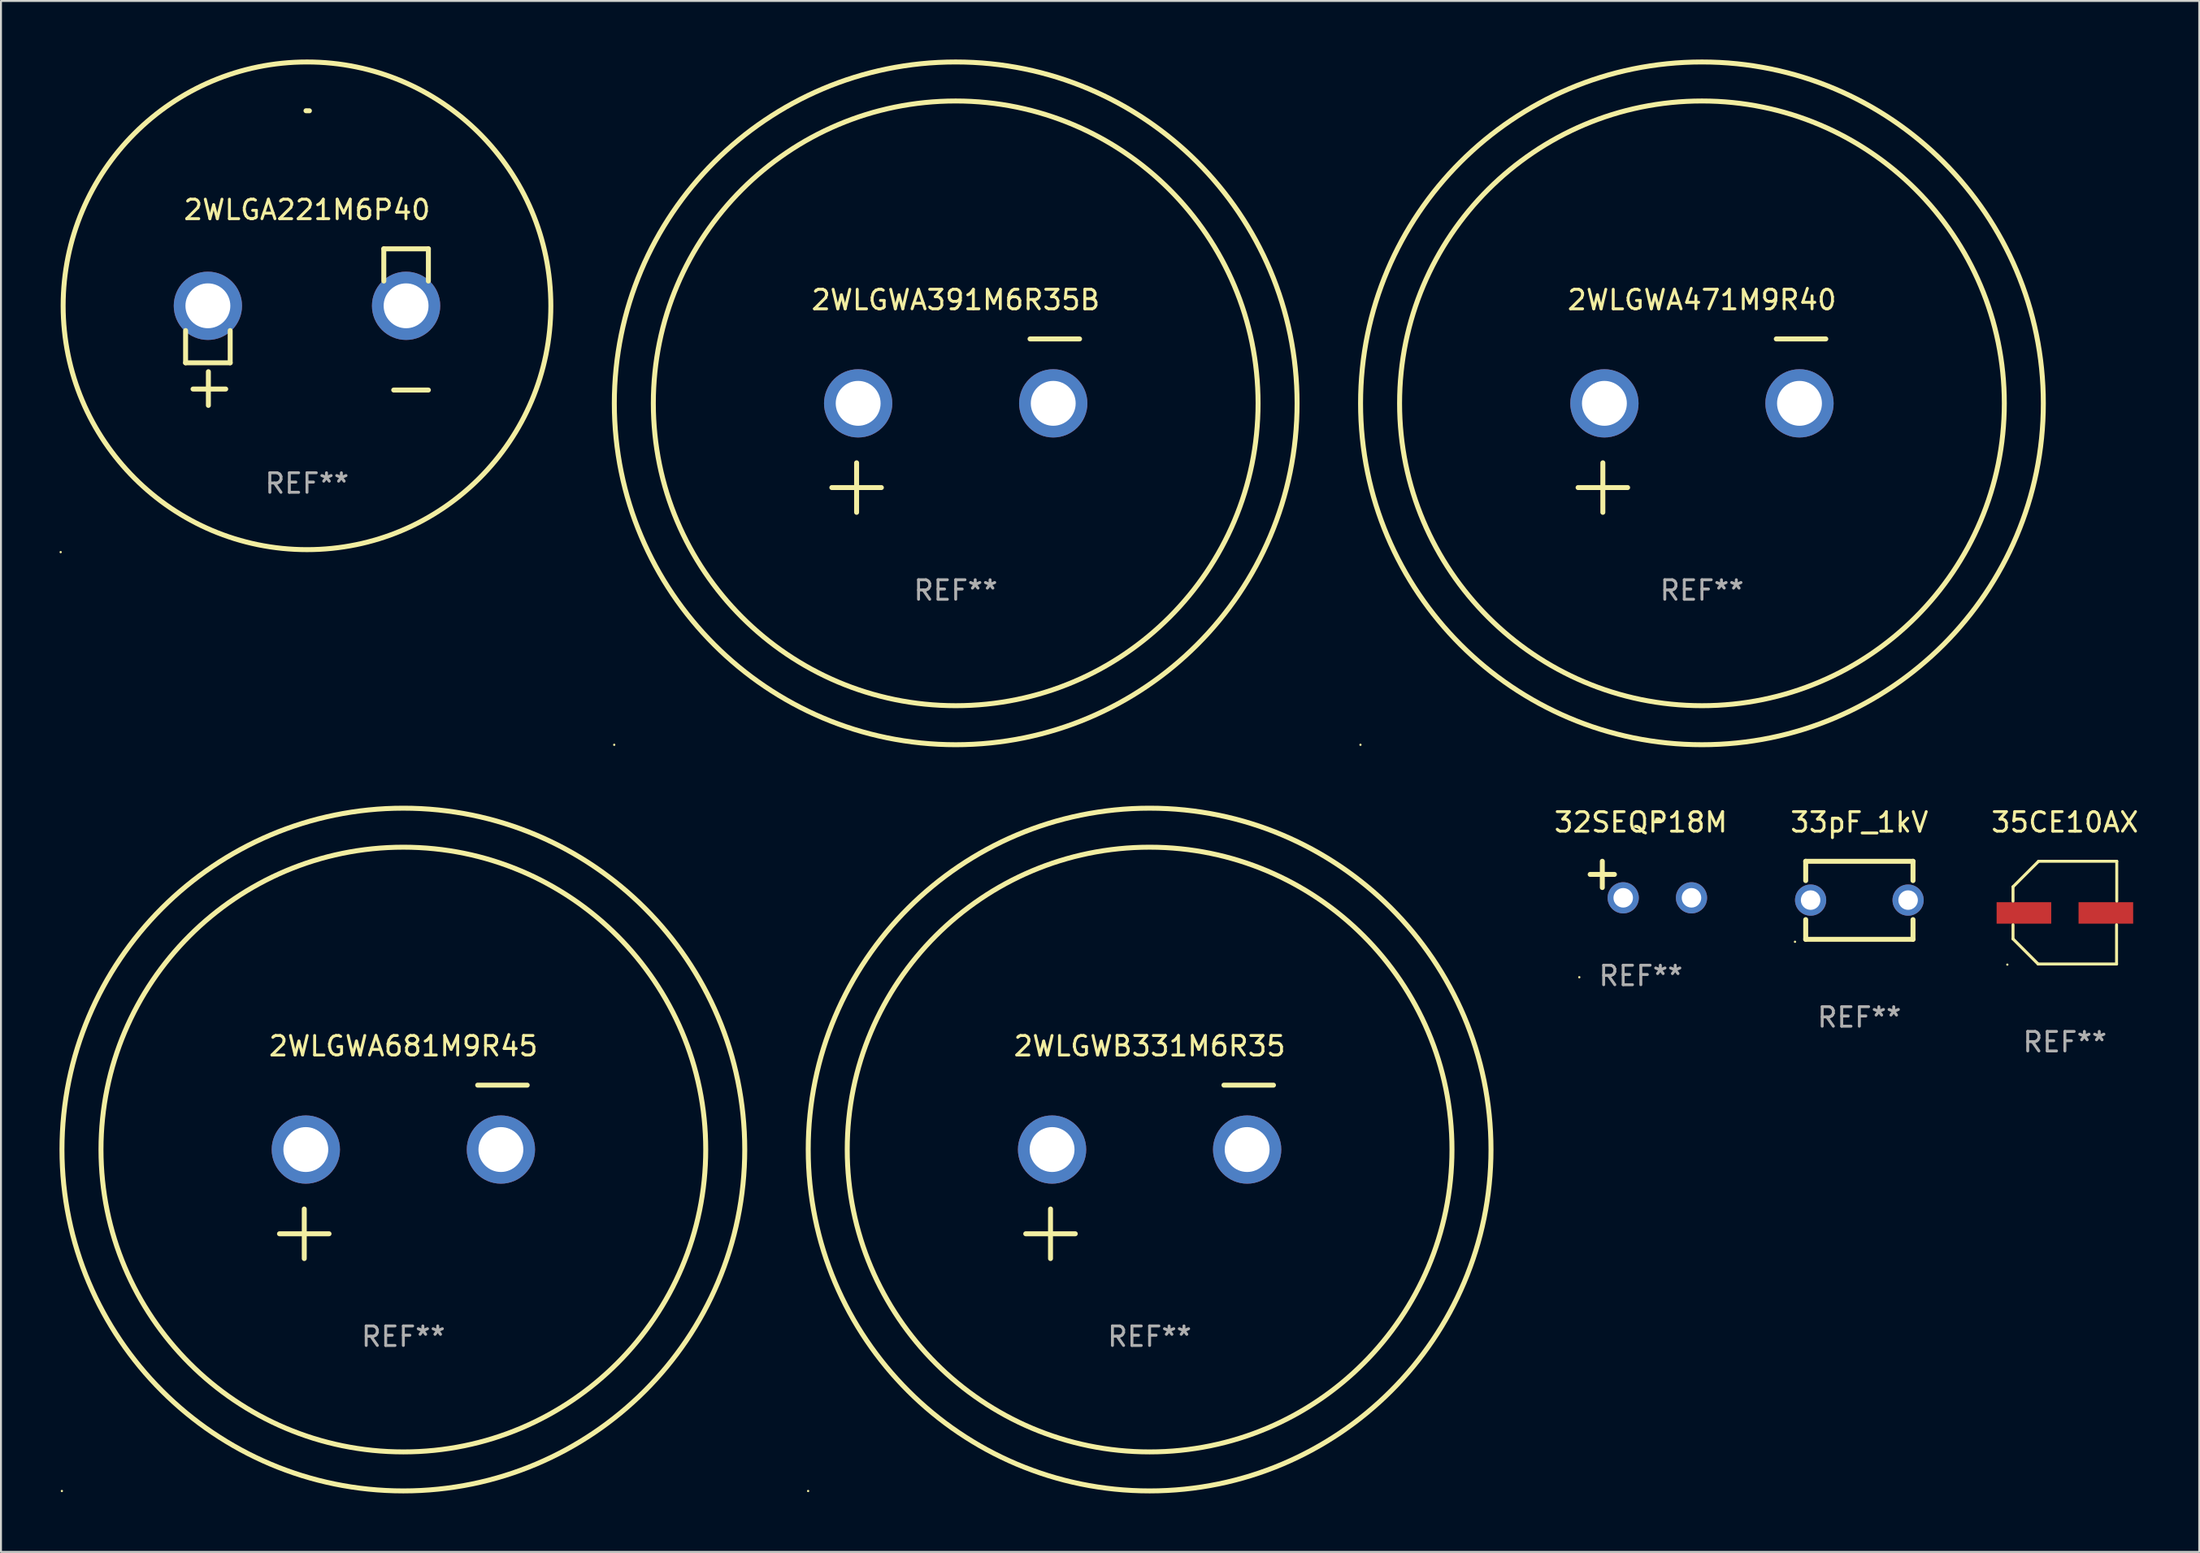
<source format=kicad_pcb>
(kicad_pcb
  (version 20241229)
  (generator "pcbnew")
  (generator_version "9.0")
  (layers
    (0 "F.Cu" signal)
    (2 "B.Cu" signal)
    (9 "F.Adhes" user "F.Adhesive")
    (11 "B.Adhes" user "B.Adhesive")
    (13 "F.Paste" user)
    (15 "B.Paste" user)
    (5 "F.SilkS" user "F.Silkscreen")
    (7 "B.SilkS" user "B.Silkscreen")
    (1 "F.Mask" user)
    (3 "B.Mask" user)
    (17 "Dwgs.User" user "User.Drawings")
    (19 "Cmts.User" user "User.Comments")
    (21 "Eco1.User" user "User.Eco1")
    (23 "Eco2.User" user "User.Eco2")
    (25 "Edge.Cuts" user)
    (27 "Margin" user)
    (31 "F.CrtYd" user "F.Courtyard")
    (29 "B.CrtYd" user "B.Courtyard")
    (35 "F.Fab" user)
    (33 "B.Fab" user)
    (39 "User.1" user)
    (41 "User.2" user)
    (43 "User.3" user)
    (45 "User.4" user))
  (footprint "2WLGA221M6P40"
    (layer "F.Cu")
    (at 12.687 13.719)
    (property "Reference" "2WLGA221M6P40" (at 0 -6.013 0) (layer "F.SilkS") (effects (font (size 1 1) (thickness 0.15))))
    (attr through_hole)
    (fp_line (start -6.223 0.178) (end -6.223 1.829) (stroke (width 0.254) (type solid)) (layer "F.SilkS"))
    (fp_line (start -6.223 1.829) (end -3.937 1.829) (stroke (width 0.254) (type solid)) (layer "F.SilkS"))
    (fp_line (start -5.055 4.013) (end -5.055 2.286) (stroke (width 0.254) (type solid)) (layer "F.SilkS"))
    (fp_line (start -4.166 3.175) (end -5.842 3.175) (stroke (width 0.254) (type solid)) (layer "F.SilkS"))
    (fp_line (start -3.937 1.829) (end -3.937 0.178) (stroke (width 0.254) (type solid)) (layer "F.SilkS"))
    (fp_line (start 3.937 -4.013) (end 3.937 -2.362) (stroke (width 0.254) (type solid)) (layer "F.SilkS"))
    (fp_line (start 6.223 -4.013) (end 3.937 -4.013) (stroke (width 0.254) (type solid)) (layer "F.SilkS"))
    (fp_line (start 6.223 -2.362) (end 6.223 -4.013) (stroke (width 0.254) (type solid)) (layer "F.SilkS"))
    (fp_line (start 6.223 3.226) (end 4.445 3.226) (stroke (width 0.254) (type solid)) (layer "F.SilkS"))
    (fp_arc (start -0.0508 -11.092202) (mid 0.036835 -11.091307) (end 0.12446 -11.089662) (stroke (width 0.254001) (type solid)) (layer "F.SilkS"))
    (fp_circle (center -12.627 11.535) (end -12.597 11.535) (stroke (width 0.06) (type solid)) (fill no) (layer "F.SilkS"))
    (fp_circle (center 0 -1.092) (end 12.5 -1.092) (stroke (width 0.254) (type solid)) (fill no) (layer "F.SilkS"))
    (fp_text user "REF**" (at 0 8.013 0) (layer "F.Fab") (effects (font (size 1 1) (thickness 0.15))))
    (pad "1" thru_hole circle (at -5.08 -1.092) (size 3.5 3.5) (drill 2.3) (layers "*.Cu" "*.Mask"))
    (pad "2" thru_hole circle (at 5.08 -1.092) (size 3.5 3.5) (drill 2.3) (layers "*.Cu" "*.Mask")))
  (footprint "2WLGWA391M6R35B"
    (layer "F.Cu")
    (at 45.941 18.77)
    (property "Reference" "2WLGWA391M6R35B" (at 0 -6.445 0) (layer "F.SilkS") (effects (font (size 1 1) (thickness 0.15))))
    (attr through_hole)
    (fp_line (start -6.35 3.175) (end -3.81 3.175) (stroke (width 0.254) (type solid)) (layer "F.SilkS"))
    (fp_line (start -5.08 1.905) (end -5.08 4.445) (stroke (width 0.254) (type solid)) (layer "F.SilkS"))
    (fp_line (start 3.81 -4.445) (end 6.35 -4.445) (stroke (width 0.254) (type solid)) (layer "F.SilkS"))
    (fp_circle (center -17.505 16.362) (end -17.475 16.362) (stroke (width 0.06) (type solid)) (fill no) (layer "F.SilkS"))
    (fp_circle (center 0 -1.143) (end 15.5 -1.143) (stroke (width 0.254) (type solid)) (fill no) (layer "F.SilkS"))
    (fp_circle (center 0 -1.143) (end 17.5 -1.143) (stroke (width 0.254) (type solid)) (fill no) (layer "F.SilkS"))
    (fp_text user "REF**" (at 0 8.445 0) (layer "F.Fab") (effects (font (size 1 1) (thickness 0.15))))
    (pad "1" thru_hole circle (at -5 -1.143) (size 3.5 3.5) (drill 2.3) (layers "*.Cu" "*.Mask"))
    (pad "2" thru_hole circle (at 5 -1.143) (size 3.5 3.5) (drill 2.3) (layers "*.Cu" "*.Mask")))
  (footprint "2WLGWA681M9R45"
    (layer "F.Cu")
    (at 17.627 57.024)
    (property "Reference" "2WLGWA681M9R45" (at 0 -6.445 0) (layer "F.SilkS") (effects (font (size 1 1) (thickness 0.15))))
    (attr through_hole)
    (fp_line (start -6.35 3.175) (end -3.81 3.175) (stroke (width 0.254) (type solid)) (layer "F.SilkS"))
    (fp_line (start -5.08 1.905) (end -5.08 4.445) (stroke (width 0.254) (type solid)) (layer "F.SilkS"))
    (fp_line (start 3.81 -4.445) (end 6.35 -4.445) (stroke (width 0.254) (type solid)) (layer "F.SilkS"))
    (fp_circle (center -17.505 16.362) (end -17.475 16.362) (stroke (width 0.06) (type solid)) (fill no) (layer "F.SilkS"))
    (fp_circle (center 0 -1.143) (end 15.5 -1.143) (stroke (width 0.254) (type solid)) (fill no) (layer "F.SilkS"))
    (fp_circle (center 0 -1.143) (end 17.5 -1.143) (stroke (width 0.254) (type solid)) (fill no) (layer "F.SilkS"))
    (fp_text user "REF**" (at 0 8.445 0) (layer "F.Fab") (effects (font (size 1 1) (thickness 0.15))))
    (pad "1" thru_hole circle (at -5 -1.143) (size 3.5 3.5) (drill 2.3) (layers "*.Cu" "*.Mask"))
    (pad "2" thru_hole circle (at 5 -1.143) (size 3.5 3.5) (drill 2.3) (layers "*.Cu" "*.Mask")))
  (footprint "2WLGWA471M9R40"
    (layer "F.Cu")
    (at 84.195 18.77)
    (property "Reference" "2WLGWA471M9R40" (at 0 -6.445 0) (layer "F.SilkS") (effects (font (size 1 1) (thickness 0.15))))
    (attr through_hole)
    (fp_line (start -6.35 3.175) (end -3.81 3.175) (stroke (width 0.254) (type solid)) (layer "F.SilkS"))
    (fp_line (start -5.08 1.905) (end -5.08 4.445) (stroke (width 0.254) (type solid)) (layer "F.SilkS"))
    (fp_line (start 3.81 -4.445) (end 6.35 -4.445) (stroke (width 0.254) (type solid)) (layer "F.SilkS"))
    (fp_circle (center -17.505 16.362) (end -17.475 16.362) (stroke (width 0.06) (type solid)) (fill no) (layer "F.SilkS"))
    (fp_circle (center 0 -1.143) (end 15.5 -1.143) (stroke (width 0.254) (type solid)) (fill no) (layer "F.SilkS"))
    (fp_circle (center 0 -1.143) (end 17.5 -1.143) (stroke (width 0.254) (type solid)) (fill no) (layer "F.SilkS"))
    (fp_text user "REF**" (at 0 8.445 0) (layer "F.Fab") (effects (font (size 1 1) (thickness 0.15))))
    (pad "1" thru_hole circle (at -5 -1.143) (size 3.5 3.5) (drill 2.3) (layers "*.Cu" "*.Mask"))
    (pad "2" thru_hole circle (at 5 -1.143) (size 3.5 3.5) (drill 2.3) (layers "*.Cu" "*.Mask")))
  (footprint "35CE10AX"
    (layer "F.Cu")
    (at 102.8 43.736)
    (property "Reference" "35CE10AX" (at 0 -4.634 0) (layer "F.SilkS") (effects (font (size 1 1) (thickness 0.15))))
    (attr through_hole)
    (fp_line (start -2.659 -1.326) (end -2.659 -0.592) (stroke (width 0.152) (type solid)) (layer "F.SilkS"))
    (fp_line (start -2.659 1.346) (end -2.659 0.622) (stroke (width 0.152) (type solid)) (layer "F.SilkS"))
    (fp_line (start -1.372 2.634) (end -2.659 1.346) (stroke (width 0.152) (type solid)) (layer "F.SilkS"))
    (fp_line (start -1.349 -2.634) (end -2.659 -1.326) (stroke (width 0.152) (type solid)) (layer "F.SilkS"))
    (fp_line (start 2.649 0.622) (end 2.649 2.634) (stroke (width 0.152) (type solid)) (layer "F.SilkS"))
    (fp_line (start 2.649 2.634) (end -1.372 2.634) (stroke (width 0.152) (type solid)) (layer "F.SilkS"))
    (fp_line (start 2.659 -2.634) (end -1.349 -2.634) (stroke (width 0.152) (type solid)) (layer "F.SilkS"))
    (fp_line (start 2.659 -0.592) (end 2.659 -2.634) (stroke (width 0.152) (type solid)) (layer "F.SilkS"))
    (fp_circle (center -2.95 2.665) (end -2.92 2.665) (stroke (width 0.06) (type solid)) (fill no) (layer "F.SilkS"))
    (fp_text user "REF**" (at 0 6.634 0) (layer "F.Fab") (effects (font (size 1 1) (thickness 0.15))))
    (pad "1" smd rect (at -2.1 0.015) (size 2.8 1.1) (layers "F.Cu" "F.Mask" "F.Paste"))
    (pad "2" smd rect (at 2.1 0.015) (size 2.8 1.1) (layers "F.Cu" "F.Mask" "F.Paste")))
  (footprint "33pF_1kV"
    (layer "F.Cu")
    (at 92.264 43.103)
    (property "Reference" "33pF_1kV" (at 0 -4 0) (layer "F.SilkS") (effects (font (size 1 1) (thickness 0.15))))
    (attr through_hole)
    (fp_line (start -2.75 -2) (end 2.75 -2) (stroke (width 0.254) (type solid)) (layer "F.SilkS"))
    (fp_line (start -2.75 -1.01) (end -2.75 -2) (stroke (width 0.254) (type solid)) (layer "F.SilkS"))
    (fp_line (start -2.75 2) (end -2.75 0.99) (stroke (width 0.254) (type solid)) (layer "F.SilkS"))
    (fp_line (start 2.75 -2) (end 2.75 -1.01) (stroke (width 0.254) (type solid)) (layer "F.SilkS"))
    (fp_line (start 2.75 0.99) (end 2.75 2) (stroke (width 0.254) (type solid)) (layer "F.SilkS"))
    (fp_line (start 2.75 2) (end -2.75 2) (stroke (width 0.254) (type solid)) (layer "F.SilkS"))
    (fp_circle (center -3.299 2.127) (end -3.269 2.127) (stroke (width 0.06) (type solid)) (fill no) (layer "F.SilkS"))
    (fp_text user "REF**" (at 0 6 0) (layer "F.Fab") (effects (font (size 1 1) (thickness 0.15))))
    (pad "1" thru_hole circle (at -2.499 -0.01) (size 1.6 1.6) (drill 1) (layers "*.Cu" "*.Mask"))
    (pad "2" thru_hole circle (at 2.499 -0.01) (size 1.6 1.6) (drill 1) (layers "*.Cu" "*.Mask")))
  (footprint "2WLGWB331M6R35"
    (layer "F.Cu")
    (at 55.881 57.024)
    (property "Reference" "2WLGWB331M6R35" (at 0 -6.445 0) (layer "F.SilkS") (effects (font (size 1 1) (thickness 0.15))))
    (attr through_hole)
    (fp_line (start -6.35 3.175) (end -3.81 3.175) (stroke (width 0.254) (type solid)) (layer "F.SilkS"))
    (fp_line (start -5.08 1.905) (end -5.08 4.445) (stroke (width 0.254) (type solid)) (layer "F.SilkS"))
    (fp_line (start 3.81 -4.445) (end 6.35 -4.445) (stroke (width 0.254) (type solid)) (layer "F.SilkS"))
    (fp_circle (center -17.505 16.362) (end -17.475 16.362) (stroke (width 0.06) (type solid)) (fill no) (layer "F.SilkS"))
    (fp_circle (center 0 -1.143) (end 15.5 -1.143) (stroke (width 0.254) (type solid)) (fill no) (layer "F.SilkS"))
    (fp_circle (center 0 -1.143) (end 17.5 -1.143) (stroke (width 0.254) (type solid)) (fill no) (layer "F.SilkS"))
    (fp_text user "REF**" (at 0 8.445 0) (layer "F.Fab") (effects (font (size 1 1) (thickness 0.15))))
    (pad "1" thru_hole circle (at -5 -1.143) (size 3.5 3.5) (drill 2.3) (layers "*.Cu" "*.Mask"))
    (pad "2" thru_hole circle (at 5 -1.143) (size 3.5 3.5) (drill 2.3) (layers "*.Cu" "*.Mask")))
  (footprint "32SEQP18M"
    (layer "F.Cu")
    (at 81.062 42.039)
    (property "Reference" "32SEQP18M" (at 0 -2.937 0) (layer "F.SilkS") (effects (font (size 1 1) (thickness 0.15))))
    (attr through_hole)
    (fp_line (start -1.975 0.41) (end -1.975 -0.937) (stroke (width 0.254) (type solid)) (layer "F.SilkS"))
    (fp_line (start -1.353 -0.263) (end -2.597 -0.263) (stroke (width 0.254) (type solid)) (layer "F.SilkS"))
    (fp_arc (start 0.849809 -3.063957) (mid 0.885369 -3.064114) (end 0.920929 -3.063957) (stroke (width 0.254001) (type solid)) (layer "F.SilkS"))
    (fp_circle (center -3.154 5.008) (end -3.124 5.008) (stroke (width 0.06) (type solid)) (fill no) (layer "F.SilkS"))
    (fp_text user "REF**" (at 0 4.937 0) (layer "F.Fab") (effects (font (size 1 1) (thickness 0.15))))
    (pad "1" thru_hole circle (at -0.903 0.937) (size 1.6 1.6) (drill 1) (layers "*.Cu" "*.Mask"))
    (pad "2" thru_hole circle (at 2.597 0.937) (size 1.6 1.6) (drill 1) (layers "*.Cu" "*.Mask")))
  (gr_rect
    (start -3 -3)
    (end 109.687 76.509)
    (stroke (width 0.1) (type default))
    (fill no)
    (layer "Edge.Cuts")))
</source>
